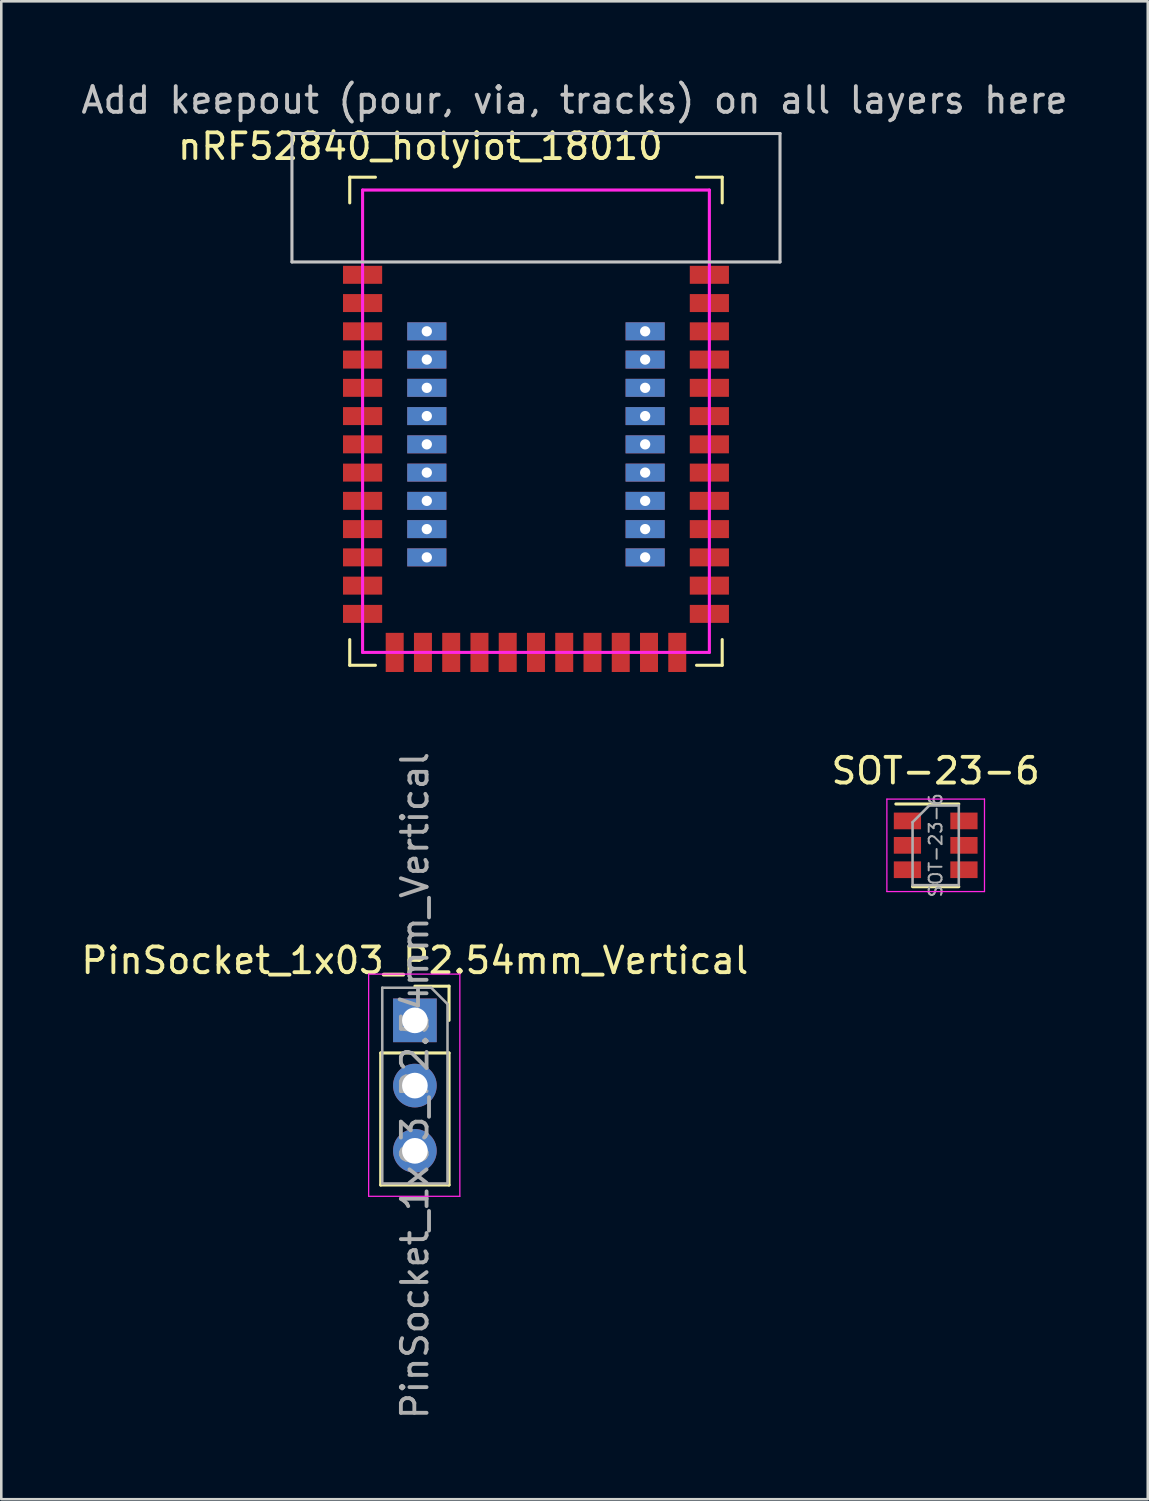
<source format=kicad_pcb>
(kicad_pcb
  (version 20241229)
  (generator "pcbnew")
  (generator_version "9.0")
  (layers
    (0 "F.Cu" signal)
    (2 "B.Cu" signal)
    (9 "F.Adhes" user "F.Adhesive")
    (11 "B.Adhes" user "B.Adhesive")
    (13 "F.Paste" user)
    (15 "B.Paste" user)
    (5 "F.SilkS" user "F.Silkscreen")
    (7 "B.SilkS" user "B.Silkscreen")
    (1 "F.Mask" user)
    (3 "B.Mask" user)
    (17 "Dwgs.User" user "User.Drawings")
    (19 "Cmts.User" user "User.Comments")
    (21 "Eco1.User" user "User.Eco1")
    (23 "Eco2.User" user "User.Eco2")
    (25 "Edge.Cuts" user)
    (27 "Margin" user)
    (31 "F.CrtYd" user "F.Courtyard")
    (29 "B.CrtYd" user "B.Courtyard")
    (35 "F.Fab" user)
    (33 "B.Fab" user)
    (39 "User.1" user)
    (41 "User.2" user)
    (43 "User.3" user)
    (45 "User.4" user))
  (footprint "SOT-23-6"
    (layer "F.Cu")
    (at 33.375 29.858)
    (property "Reference" "SOT-23-6" (at 0 -2.9 0) (layer "F.SilkS") (effects (font (size 1 1) (thickness 0.15))))
    (attr smd)
    (fp_line (start -0.9 1.61) (end 0.9 1.61) (stroke (width 0.12) (type solid)) (layer "F.SilkS"))
    (fp_line (start 0.9 -1.61) (end -1.55 -1.61) (stroke (width 0.12) (type solid)) (layer "F.SilkS"))
    (fp_line (start -1.9 -1.8) (end -1.9 1.8) (stroke (width 0.05) (type solid)) (layer "F.CrtYd"))
    (fp_line (start -1.9 1.8) (end 1.9 1.8) (stroke (width 0.05) (type solid)) (layer "F.CrtYd"))
    (fp_line (start 1.9 -1.8) (end -1.9 -1.8) (stroke (width 0.05) (type solid)) (layer "F.CrtYd"))
    (fp_line (start 1.9 1.8) (end 1.9 -1.8) (stroke (width 0.05) (type solid)) (layer "F.CrtYd"))
    (fp_line (start -0.9 -0.9) (end -0.9 1.55) (stroke (width 0.1) (type solid)) (layer "F.Fab"))
    (fp_line (start -0.9 -0.9) (end -0.25 -1.55) (stroke (width 0.1) (type solid)) (layer "F.Fab"))
    (fp_line (start 0.9 -1.55) (end -0.25 -1.55) (stroke (width 0.1) (type solid)) (layer "F.Fab"))
    (fp_line (start 0.9 -1.55) (end 0.9 1.55) (stroke (width 0.1) (type solid)) (layer "F.Fab"))
    (fp_line (start 0.9 1.55) (end -0.9 1.55) (stroke (width 0.1) (type solid)) (layer "F.Fab"))
    (fp_text user "${REFERENCE}" (at 0 0 270) (layer "F.Fab") (effects (font (size 0.5 0.5) (thickness 0.075))))
    (pad "1" smd rect (at -1.1 -0.95) (size 1.06 0.65) (layers "F.Cu" "F.Mask" "F.Paste"))
    (pad "2" smd rect (at -1.1 0) (size 1.06 0.65) (layers "F.Cu" "F.Mask" "F.Paste"))
    (pad "3" smd rect (at -1.1 0.95) (size 1.06 0.65) (layers "F.Cu" "F.Mask" "F.Paste"))
    (pad "4" smd rect (at 1.1 0.95) (size 1.06 0.65) (layers "F.Cu" "F.Mask" "F.Paste"))
    (pad "5" smd rect (at 1.1 0) (size 1.06 0.65) (layers "F.Cu" "F.Mask" "F.Paste"))
    (pad "6" smd rect (at 1.1 -0.95) (size 1.06 0.65) (layers "F.Cu" "F.Mask" "F.Paste")))
  (footprint "PinSocket_1x03_P2.54mm_Vertical"
    (layer "F.Cu")
    (at 13.101 36.671)
    (property "Reference" "PinSocket_1x03_P2.54mm_Vertical" (at 0 -2.33 0) (layer "F.SilkS") (effects (font (size 1 1) (thickness 0.15))))
    (attr through_hole)
    (fp_line (start -1.33 1.27) (end -1.33 6.41) (stroke (width 0.12) (type solid)) (layer "F.SilkS"))
    (fp_line (start -1.33 1.27) (end 1.33 1.27) (stroke (width 0.12) (type solid)) (layer "F.SilkS"))
    (fp_line (start -1.33 6.41) (end 1.33 6.41) (stroke (width 0.12) (type solid)) (layer "F.SilkS"))
    (fp_line (start 0 -1.33) (end 1.33 -1.33) (stroke (width 0.12) (type solid)) (layer "F.SilkS"))
    (fp_line (start 1.33 -1.33) (end 1.33 0) (stroke (width 0.12) (type solid)) (layer "F.SilkS"))
    (fp_line (start 1.33 1.27) (end 1.33 6.41) (stroke (width 0.12) (type solid)) (layer "F.SilkS"))
    (fp_line (start -1.8 -1.8) (end 1.75 -1.8) (stroke (width 0.05) (type solid)) (layer "F.CrtYd"))
    (fp_line (start -1.8 6.85) (end -1.8 -1.8) (stroke (width 0.05) (type solid)) (layer "F.CrtYd"))
    (fp_line (start 1.75 -1.8) (end 1.75 6.85) (stroke (width 0.05) (type solid)) (layer "F.CrtYd"))
    (fp_line (start 1.75 6.85) (end -1.8 6.85) (stroke (width 0.05) (type solid)) (layer "F.CrtYd"))
    (fp_line (start -1.27 -1.27) (end 0.635 -1.27) (stroke (width 0.1) (type solid)) (layer "F.Fab"))
    (fp_line (start -1.27 6.35) (end -1.27 -1.27) (stroke (width 0.1) (type solid)) (layer "F.Fab"))
    (fp_line (start 0.635 -1.27) (end 1.27 -0.635) (stroke (width 0.1) (type solid)) (layer "F.Fab"))
    (fp_line (start 1.27 -0.635) (end 1.27 6.35) (stroke (width 0.1) (type solid)) (layer "F.Fab"))
    (fp_line (start 1.27 6.35) (end -1.27 6.35) (stroke (width 0.1) (type solid)) (layer "F.Fab"))
    (fp_text user "${REFERENCE}" (at 0 2.54 90) (layer "F.Fab") (effects (font (size 1 1) (thickness 0.15))))
    (pad "1" thru_hole rect (at 0 0) (size 1.7 1.7) (drill 1) (layers "*.Cu" "*.Mask"))
    (pad "2" thru_hole oval (at 0 2.54) (size 1.7 1.7) (drill 1) (layers "*.Cu" "*.Mask"))
    (pad "3" thru_hole oval (at 0 5.08) (size 1.7 1.7) (drill 1) (layers "*.Cu" "*.Mask")))
  (footprint "nRF52840_holyiot_18010"
    (layer "F.Cu")
    (at 17.815 13.348)
    (property "Reference" "nRF52840_holyiot_18010" (at -4.5 -10.7 0) (layer "F.SilkS") (effects (font (size 1 1) (thickness 0.15))))
    (attr through_hole)
    (fp_line (start -7.25 -9.5) (end -7.25 -8.5) (stroke (width 0.12) (type solid)) (layer "F.SilkS"))
    (fp_line (start -7.25 -9.5) (end -6.25 -9.5) (stroke (width 0.12) (type solid)) (layer "F.SilkS"))
    (fp_line (start -7.25 8.5) (end -7.25 9.5) (stroke (width 0.12) (type solid)) (layer "F.SilkS"))
    (fp_line (start -6.25 9.5) (end -7.25 9.5) (stroke (width 0.12) (type solid)) (layer "F.SilkS"))
    (fp_line (start 6.25 -9.5) (end 7.25 -9.5) (stroke (width 0.12) (type solid)) (layer "F.SilkS"))
    (fp_line (start 6.25 9.5) (end 7.25 9.5) (stroke (width 0.12) (type solid)) (layer "F.SilkS"))
    (fp_line (start 7.25 -9.5) (end 7.25 -8.5) (stroke (width 0.12) (type solid)) (layer "F.SilkS"))
    (fp_line (start 7.25 8.5) (end 7.25 9.5) (stroke (width 0.12) (type solid)) (layer "F.SilkS"))
    (fp_line (start -9.5 -11.2) (end 9.5 -11.2) (stroke (width 0.12) (type solid)) (layer "Dwgs.User"))
    (fp_line (start -9.5 -6.2) (end -9.5 -11.2) (stroke (width 0.12) (type solid)) (layer "Dwgs.User"))
    (fp_line (start 9.5 -11.2) (end 9.5 -6.2) (stroke (width 0.12) (type solid)) (layer "Dwgs.User"))
    (fp_line (start 9.5 -6.2) (end -9.5 -6.2) (stroke (width 0.12) (type solid)) (layer "Dwgs.User"))
    (fp_line (start -6.75 -9) (end 6.75 -9) (stroke (width 0.12) (type solid)) (layer "F.CrtYd"))
    (fp_line (start -6.75 9) (end -6.75 -9) (stroke (width 0.12) (type solid)) (layer "F.CrtYd"))
    (fp_line (start 6.75 -9) (end 6.75 9) (stroke (width 0.12) (type solid)) (layer "F.CrtYd"))
    (fp_line (start 6.75 9) (end -6.75 9) (stroke (width 0.12) (type solid)) (layer "F.CrtYd"))
    (fp_text user "Add keepout (pour, via, tracks) on all layers here" (at 1.5 -12.5 0) (layer "Dwgs.User") (effects (font (size 1 1) (thickness 0.15))))
    (pad "1" smd rect (at -6.75 -5.7) (size 1.524 0.7) (layers "F.Cu" "F.Mask" "F.Paste"))
    (pad "2" smd rect (at -6.75 -4.6) (size 1.524 0.7) (layers "F.Cu" "F.Mask" "F.Paste"))
    (pad "3" smd rect (at -6.75 -3.5) (size 1.524 0.7) (layers "F.Cu" "F.Mask" "F.Paste"))
    (pad "4" smd rect (at -6.75 -2.4) (size 1.524 0.7) (layers "F.Cu" "F.Mask" "F.Paste"))
    (pad "5" smd rect (at -6.75 -1.3) (size 1.524 0.7) (layers "F.Cu" "F.Mask" "F.Paste"))
    (pad "6" smd rect (at -6.75 -0.2) (size 1.524 0.7) (layers "F.Cu" "F.Mask" "F.Paste"))
    (pad "7" smd rect (at -6.75 0.9) (size 1.524 0.7) (layers "F.Cu" "F.Mask" "F.Paste"))
    (pad "8" smd rect (at -6.75 2) (size 1.524 0.7) (layers "F.Cu" "F.Mask" "F.Paste"))
    (pad "9" smd rect (at -6.75 3.1) (size 1.524 0.7) (layers "F.Cu" "F.Mask" "F.Paste"))
    (pad "10" smd rect (at -6.75 4.2) (size 1.524 0.7) (layers "F.Cu" "F.Mask" "F.Paste"))
    (pad "11" smd rect (at -6.75 5.3) (size 1.524 0.7) (layers "F.Cu" "F.Mask" "F.Paste"))
    (pad "12" smd rect (at -6.75 6.4) (size 1.524 0.7) (layers "F.Cu" "F.Mask" "F.Paste"))
    (pad "13" smd rect (at -6.75 7.5) (size 1.524 0.7) (layers "F.Cu" "F.Mask" "F.Paste"))
    (pad "14" smd rect (at -5.5 9 90) (size 1.524 0.7) (layers "F.Cu" "F.Mask" "F.Paste"))
    (pad "15" smd rect (at -4.4 9 90) (size 1.524 0.7) (layers "F.Cu" "F.Mask" "F.Paste"))
    (pad "16" smd rect (at -3.3 9 90) (size 1.524 0.7) (layers "F.Cu" "F.Mask" "F.Paste"))
    (pad "17" smd rect (at -2.2 9 90) (size 1.524 0.7) (layers "F.Cu" "F.Mask" "F.Paste"))
    (pad "18" smd rect (at -1.1 9 90) (size 1.524 0.7) (layers "F.Cu" "F.Mask" "F.Paste"))
    (pad "19" smd rect (at 0 9 90) (size 1.524 0.7) (layers "F.Cu" "F.Mask" "F.Paste"))
    (pad "20" smd rect (at 1.1 9 90) (size 1.524 0.7) (layers "F.Cu" "F.Mask" "F.Paste"))
    (pad "21" smd rect (at 2.2 9 90) (size 1.524 0.7) (layers "F.Cu" "F.Mask" "F.Paste"))
    (pad "22" smd rect (at 3.3 9 90) (size 1.524 0.7) (layers "F.Cu" "F.Mask" "F.Paste"))
    (pad "23" smd rect (at 4.4 9 90) (size 1.524 0.7) (layers "F.Cu" "F.Mask" "F.Paste"))
    (pad "24" smd rect (at 5.5 9 90) (size 1.524 0.7) (layers "F.Cu" "F.Mask" "F.Paste"))
    (pad "25" smd rect (at 6.75 7.5 180) (size 1.524 0.7) (layers "F.Cu" "F.Mask" "F.Paste"))
    (pad "26" smd rect (at 6.75 6.4 180) (size 1.524 0.7) (layers "F.Cu" "F.Mask" "F.Paste"))
    (pad "27" smd rect (at 6.75 5.3 180) (size 1.524 0.7) (layers "F.Cu" "F.Mask" "F.Paste"))
    (pad "28" smd rect (at 6.75 4.2 180) (size 1.524 0.7) (layers "F.Cu" "F.Mask" "F.Paste"))
    (pad "29" smd rect (at 6.75 3.1 180) (size 1.524 0.7) (layers "F.Cu" "F.Mask" "F.Paste"))
    (pad "30" smd rect (at 6.75 2 180) (size 1.524 0.7) (layers "F.Cu" "F.Mask" "F.Paste"))
    (pad "31" smd rect (at 6.75 0.9 180) (size 1.524 0.7) (layers "F.Cu" "F.Mask" "F.Paste"))
    (pad "32" smd rect (at 6.75 -0.2 180) (size 1.524 0.7) (layers "F.Cu" "F.Mask" "F.Paste"))
    (pad "33" smd rect (at 6.75 -1.3 180) (size 1.524 0.7) (layers "F.Cu" "F.Mask" "F.Paste"))
    (pad "34" smd rect (at 6.75 -2.4 180) (size 1.524 0.7) (layers "F.Cu" "F.Mask" "F.Paste"))
    (pad "35" smd rect (at 6.75 -3.5 180) (size 1.524 0.7) (layers "F.Cu" "F.Mask" "F.Paste"))
    (pad "36" smd rect (at 6.75 -4.6 180) (size 1.524 0.7) (layers "F.Cu" "F.Mask" "F.Paste"))
    (pad "37" smd rect (at 6.75 -5.7 180) (size 1.524 0.7) (layers "F.Cu" "F.Mask" "F.Paste"))
    (pad "38" thru_hole rect (at -4.25 -3.5 180) (size 1.524 0.7) (drill 0.4) (layers "*.Cu" "*.Mask"))
    (pad "39" thru_hole rect (at -4.25 -2.4 180) (size 1.524 0.7) (drill 0.4) (layers "*.Cu" "*.Mask"))
    (pad "40" thru_hole rect (at -4.25 -1.3 180) (size 1.524 0.7) (drill 0.4) (layers "*.Cu" "*.Mask"))
    (pad "41" thru_hole rect (at -4.25 -0.2 180) (size 1.524 0.7) (drill 0.4) (layers "*.Cu" "*.Mask"))
    (pad "42" thru_hole rect (at -4.25 0.9 180) (size 1.524 0.7) (drill 0.4) (layers "*.Cu" "*.Mask"))
    (pad "43" thru_hole rect (at -4.25 2 180) (size 1.524 0.7) (drill 0.4) (layers "*.Cu" "*.Mask"))
    (pad "44" thru_hole rect (at -4.25 3.1 180) (size 1.524 0.7) (drill 0.4) (layers "*.Cu" "*.Mask"))
    (pad "45" thru_hole rect (at -4.25 4.2 180) (size 1.524 0.7) (drill 0.4) (layers "*.Cu" "*.Mask"))
    (pad "46" thru_hole rect (at -4.25 5.3 180) (size 1.524 0.7) (drill 0.4) (layers "*.Cu" "*.Mask"))
    (pad "47" thru_hole rect (at 4.25 -3.5 180) (size 1.524 0.7) (drill 0.4) (layers "*.Cu" "*.Mask"))
    (pad "48" thru_hole rect (at 4.25 -2.4 180) (size 1.524 0.7) (drill 0.4) (layers "*.Cu" "*.Mask"))
    (pad "49" thru_hole rect (at 4.25 -1.3 180) (size 1.524 0.7) (drill 0.4) (layers "*.Cu" "*.Mask"))
    (pad "50" thru_hole rect (at 4.25 -0.2 180) (size 1.524 0.7) (drill 0.4) (layers "*.Cu" "*.Mask"))
    (pad "51" thru_hole rect (at 4.25 0.9 180) (size 1.524 0.7) (drill 0.4) (layers "*.Cu" "*.Mask"))
    (pad "52" thru_hole rect (at 4.25 2 180) (size 1.524 0.7) (drill 0.4) (layers "*.Cu" "*.Mask"))
    (pad "53" thru_hole rect (at 4.25 3.1 180) (size 1.524 0.7) (drill 0.4) (layers "*.Cu" "*.Mask"))
    (pad "54" thru_hole rect (at 4.25 4.2 180) (size 1.524 0.7) (drill 0.4) (layers "*.Cu" "*.Mask"))
    (pad "55" thru_hole rect (at 4.25 5.3 180) (size 1.524 0.7) (drill 0.4) (layers "*.Cu" "*.Mask")))
  (gr_rect
    (start -3 -3)
    (end 41.631 55.313)
    (stroke (width 0.1) (type default))
    (fill no)
    (layer "Edge.Cuts")))
</source>
